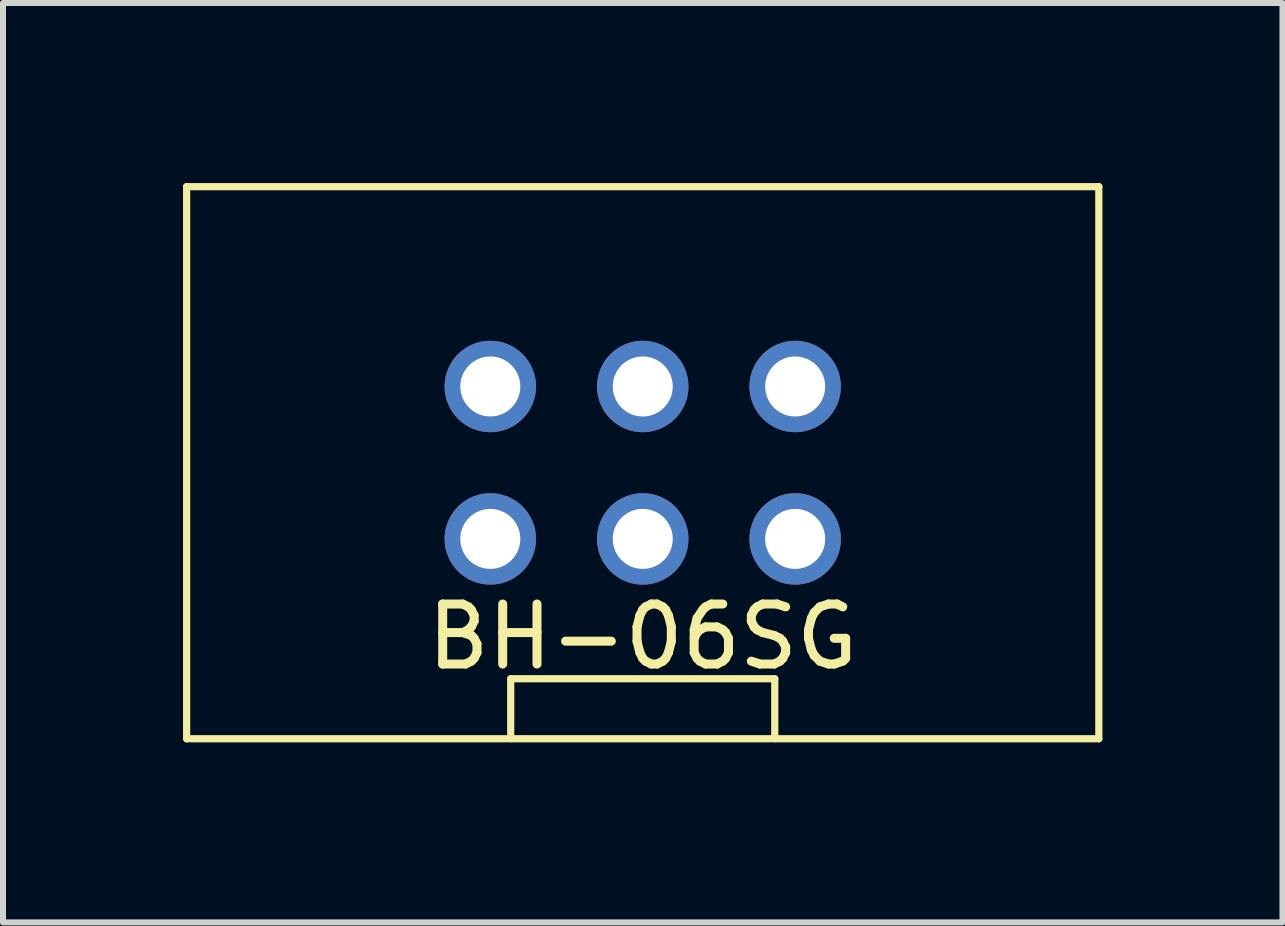
<source format=kicad_pcb>
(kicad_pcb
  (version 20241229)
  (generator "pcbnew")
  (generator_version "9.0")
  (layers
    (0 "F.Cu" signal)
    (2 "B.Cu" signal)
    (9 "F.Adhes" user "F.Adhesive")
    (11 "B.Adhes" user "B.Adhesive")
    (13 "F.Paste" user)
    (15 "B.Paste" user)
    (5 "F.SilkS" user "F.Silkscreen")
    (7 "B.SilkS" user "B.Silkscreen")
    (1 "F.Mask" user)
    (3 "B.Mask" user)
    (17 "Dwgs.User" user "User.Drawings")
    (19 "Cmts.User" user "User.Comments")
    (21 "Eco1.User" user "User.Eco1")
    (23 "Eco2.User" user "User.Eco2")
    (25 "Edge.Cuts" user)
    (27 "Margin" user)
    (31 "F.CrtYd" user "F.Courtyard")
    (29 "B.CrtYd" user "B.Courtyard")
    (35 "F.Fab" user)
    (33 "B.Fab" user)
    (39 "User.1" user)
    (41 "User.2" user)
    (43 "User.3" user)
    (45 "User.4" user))
  (footprint "BH-06SG"
    (layer "F.Cu")
    (at 7.66 4.66)
    (property "Reference" "BH-06SG" (at 0 2.9 0) (layer "F.SilkS") (effects (font (size 1 1) (thickness 0.15))))
    (attr through_hole)
    (fp_line (start -7.6 -4.6) (end 7.6 -4.6) (stroke (width 0.12) (type solid)) (layer "F.SilkS"))
    (fp_line (start -7.6 4.6) (end -7.6 -4.6) (stroke (width 0.12) (type solid)) (layer "F.SilkS"))
    (fp_line (start -2.2 3.6) (end -2.2 4.6) (stroke (width 0.12) (type solid)) (layer "F.SilkS"))
    (fp_line (start 2.2 3.6) (end -2.2 3.6) (stroke (width 0.12) (type solid)) (layer "F.SilkS"))
    (fp_line (start 2.2 4.6) (end 2.2 3.6) (stroke (width 0.12) (type solid)) (layer "F.SilkS"))
    (fp_line (start 7.6 -4.6) (end 7.6 4.6) (stroke (width 0.12) (type solid)) (layer "F.SilkS"))
    (fp_line (start 7.6 4.6) (end -7.6 4.6) (stroke (width 0.12) (type solid)) (layer "F.SilkS"))
    (pad "1" thru_hole circle (at -2.54 1.27) (size 1.524 1.524) (drill 1) (layers "*.Cu" "*.Mask"))
    (pad "2" thru_hole circle (at -2.54 -1.27) (size 1.524 1.524) (drill 1) (layers "*.Cu" "*.Mask"))
    (pad "3" thru_hole circle (at 0 1.27) (size 1.524 1.524) (drill 1) (layers "*.Cu" "*.Mask"))
    (pad "4" thru_hole circle (at 0 -1.27) (size 1.524 1.524) (drill 1) (layers "*.Cu" "*.Mask"))
    (pad "5" thru_hole circle (at 2.54 1.27) (size 1.524 1.524) (drill 1) (layers "*.Cu" "*.Mask"))
    (pad "6" thru_hole circle (at 2.54 -1.27) (size 1.524 1.524) (drill 1) (layers "*.Cu" "*.Mask")))
  (gr_rect
    (start -3 -3)
    (end 18.32 12.32)
    (stroke (width 0.1) (type default))
    (fill no)
    (layer "Edge.Cuts")))
</source>
